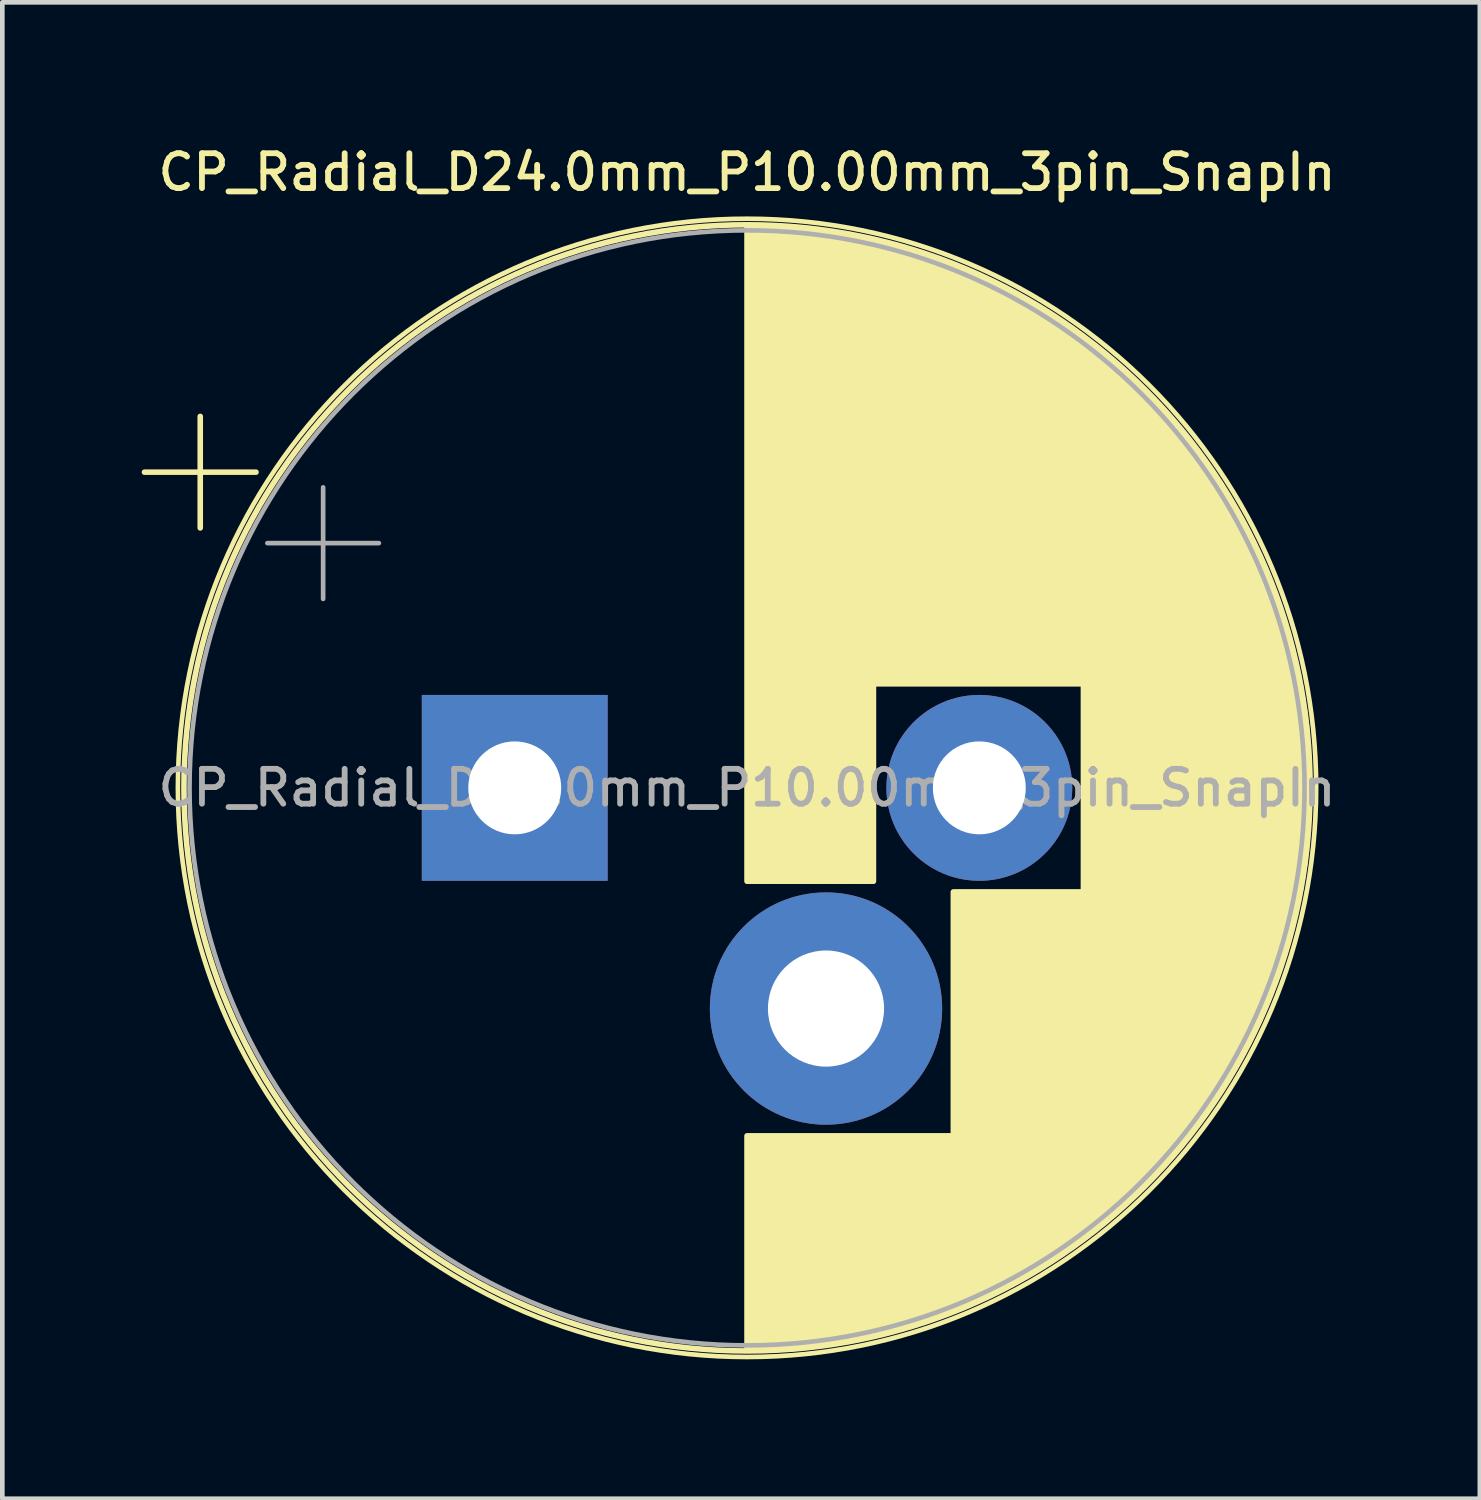
<source format=kicad_pcb>
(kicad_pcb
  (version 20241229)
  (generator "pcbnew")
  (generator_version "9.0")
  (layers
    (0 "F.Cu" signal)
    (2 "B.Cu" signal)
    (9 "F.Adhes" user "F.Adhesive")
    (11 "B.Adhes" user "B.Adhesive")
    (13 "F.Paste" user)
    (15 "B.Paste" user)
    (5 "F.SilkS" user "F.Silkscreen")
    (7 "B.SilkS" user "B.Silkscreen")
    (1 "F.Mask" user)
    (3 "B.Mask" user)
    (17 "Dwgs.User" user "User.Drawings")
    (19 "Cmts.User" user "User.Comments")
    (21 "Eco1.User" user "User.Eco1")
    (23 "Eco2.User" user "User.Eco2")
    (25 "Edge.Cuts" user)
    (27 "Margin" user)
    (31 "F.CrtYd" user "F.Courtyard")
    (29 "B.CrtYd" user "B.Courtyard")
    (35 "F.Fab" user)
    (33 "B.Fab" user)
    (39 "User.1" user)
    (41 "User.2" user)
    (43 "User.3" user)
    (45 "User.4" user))
  (footprint "CP_Radial_D24.0mm_P10.00mm_3pin_SnapIn"
    (layer "F.Cu")
    (at 8.029 13.908)
    (property "Reference" "CP_Radial_D24.0mm_P10.00mm_3pin_SnapIn" (at 5 -13.25 0) (layer "F.SilkS") (effects (font (size 0.75 0.75) (thickness 0.125))))
    (attr through_hole)
    (fp_line (start -7.969 -6.795) (end -5.569 -6.795) (stroke (width 0.12) (type solid)) (layer "F.SilkS"))
    (fp_line (start -6.769 -7.995) (end -6.769 -5.595) (stroke (width 0.12) (type solid)) (layer "F.SilkS"))
    (fp_line (start 5 -12.081) (end 5 2.01) (stroke (width 0.12) (type solid)) (layer "F.SilkS"))
    (fp_line (start 5 7.49) (end 5 12.081) (stroke (width 0.12) (type solid)) (layer "F.SilkS"))
    (fp_line (start 5.04 -12.08) (end 5.04 2.01) (stroke (width 0.12) (type solid)) (layer "F.SilkS"))
    (fp_line (start 5.04 7.49) (end 5.04 12.08) (stroke (width 0.12) (type solid)) (layer "F.SilkS"))
    (fp_line (start 5.08 -12.08) (end 5.08 2.01) (stroke (width 0.12) (type solid)) (layer "F.SilkS"))
    (fp_line (start 5.08 7.49) (end 5.08 12.08) (stroke (width 0.12) (type solid)) (layer "F.SilkS"))
    (fp_line (start 5.12 -12.08) (end 5.12 2.01) (stroke (width 0.12) (type solid)) (layer "F.SilkS"))
    (fp_line (start 5.12 7.49) (end 5.12 12.08) (stroke (width 0.12) (type solid)) (layer "F.SilkS"))
    (fp_line (start 5.16 -12.079) (end 5.16 2.01) (stroke (width 0.12) (type solid)) (layer "F.SilkS"))
    (fp_line (start 5.16 7.49) (end 5.16 12.079) (stroke (width 0.12) (type solid)) (layer "F.SilkS"))
    (fp_line (start 5.2 -12.079) (end 5.2 2.01) (stroke (width 0.12) (type solid)) (layer "F.SilkS"))
    (fp_line (start 5.2 7.49) (end 5.2 12.079) (stroke (width 0.12) (type solid)) (layer "F.SilkS"))
    (fp_line (start 5.24 -12.078) (end 5.24 2.01) (stroke (width 0.12) (type solid)) (layer "F.SilkS"))
    (fp_line (start 5.24 7.49) (end 5.24 12.078) (stroke (width 0.12) (type solid)) (layer "F.SilkS"))
    (fp_line (start 5.28 -12.077) (end 5.28 2.01) (stroke (width 0.12) (type solid)) (layer "F.SilkS"))
    (fp_line (start 5.28 7.49) (end 5.28 12.077) (stroke (width 0.12) (type solid)) (layer "F.SilkS"))
    (fp_line (start 5.32 -12.076) (end 5.32 2.01) (stroke (width 0.12) (type solid)) (layer "F.SilkS"))
    (fp_line (start 5.32 7.49) (end 5.32 12.076) (stroke (width 0.12) (type solid)) (layer "F.SilkS"))
    (fp_line (start 5.36 -12.075) (end 5.36 2.01) (stroke (width 0.12) (type solid)) (layer "F.SilkS"))
    (fp_line (start 5.36 7.49) (end 5.36 12.075) (stroke (width 0.12) (type solid)) (layer "F.SilkS"))
    (fp_line (start 5.4 -12.074) (end 5.4 2.01) (stroke (width 0.12) (type solid)) (layer "F.SilkS"))
    (fp_line (start 5.4 7.49) (end 5.4 12.074) (stroke (width 0.12) (type solid)) (layer "F.SilkS"))
    (fp_line (start 5.44 -12.073) (end 5.44 2.01) (stroke (width 0.12) (type solid)) (layer "F.SilkS"))
    (fp_line (start 5.44 7.49) (end 5.44 12.073) (stroke (width 0.12) (type solid)) (layer "F.SilkS"))
    (fp_line (start 5.48 -12.071) (end 5.48 2.01) (stroke (width 0.12) (type solid)) (layer "F.SilkS"))
    (fp_line (start 5.48 7.49) (end 5.48 12.071) (stroke (width 0.12) (type solid)) (layer "F.SilkS"))
    (fp_line (start 5.52 -12.069) (end 5.52 2.01) (stroke (width 0.12) (type solid)) (layer "F.SilkS"))
    (fp_line (start 5.52 7.49) (end 5.52 12.069) (stroke (width 0.12) (type solid)) (layer "F.SilkS"))
    (fp_line (start 5.56 -12.068) (end 5.56 2.01) (stroke (width 0.12) (type solid)) (layer "F.SilkS"))
    (fp_line (start 5.56 7.49) (end 5.56 12.068) (stroke (width 0.12) (type solid)) (layer "F.SilkS"))
    (fp_line (start 5.6 -12.066) (end 5.6 2.01) (stroke (width 0.12) (type solid)) (layer "F.SilkS"))
    (fp_line (start 5.6 7.49) (end 5.6 12.066) (stroke (width 0.12) (type solid)) (layer "F.SilkS"))
    (fp_line (start 5.64 -12.064) (end 5.64 2.01) (stroke (width 0.12) (type solid)) (layer "F.SilkS"))
    (fp_line (start 5.64 7.49) (end 5.64 12.064) (stroke (width 0.12) (type solid)) (layer "F.SilkS"))
    (fp_line (start 5.68 -12.061) (end 5.68 2.01) (stroke (width 0.12) (type solid)) (layer "F.SilkS"))
    (fp_line (start 5.68 7.49) (end 5.68 12.061) (stroke (width 0.12) (type solid)) (layer "F.SilkS"))
    (fp_line (start 5.721 -12.059) (end 5.721 2.01) (stroke (width 0.12) (type solid)) (layer "F.SilkS"))
    (fp_line (start 5.721 7.49) (end 5.721 12.059) (stroke (width 0.12) (type solid)) (layer "F.SilkS"))
    (fp_line (start 5.761 -12.057) (end 5.761 2.01) (stroke (width 0.12) (type solid)) (layer "F.SilkS"))
    (fp_line (start 5.761 7.49) (end 5.761 12.057) (stroke (width 0.12) (type solid)) (layer "F.SilkS"))
    (fp_line (start 5.801 -12.054) (end 5.801 2.01) (stroke (width 0.12) (type solid)) (layer "F.SilkS"))
    (fp_line (start 5.801 7.49) (end 5.801 12.054) (stroke (width 0.12) (type solid)) (layer "F.SilkS"))
    (fp_line (start 5.841 -12.051) (end 5.841 2.01) (stroke (width 0.12) (type solid)) (layer "F.SilkS"))
    (fp_line (start 5.841 7.49) (end 5.841 12.051) (stroke (width 0.12) (type solid)) (layer "F.SilkS"))
    (fp_line (start 5.881 -12.049) (end 5.881 2.01) (stroke (width 0.12) (type solid)) (layer "F.SilkS"))
    (fp_line (start 5.881 7.49) (end 5.881 12.049) (stroke (width 0.12) (type solid)) (layer "F.SilkS"))
    (fp_line (start 5.921 -12.046) (end 5.921 2.01) (stroke (width 0.12) (type solid)) (layer "F.SilkS"))
    (fp_line (start 5.921 7.49) (end 5.921 12.046) (stroke (width 0.12) (type solid)) (layer "F.SilkS"))
    (fp_line (start 5.961 -12.042) (end 5.961 2.01) (stroke (width 0.12) (type solid)) (layer "F.SilkS"))
    (fp_line (start 5.961 7.49) (end 5.961 12.042) (stroke (width 0.12) (type solid)) (layer "F.SilkS"))
    (fp_line (start 6.001 -12.039) (end 6.001 2.01) (stroke (width 0.12) (type solid)) (layer "F.SilkS"))
    (fp_line (start 6.001 7.49) (end 6.001 12.039) (stroke (width 0.12) (type solid)) (layer "F.SilkS"))
    (fp_line (start 6.041 -12.036) (end 6.041 2.01) (stroke (width 0.12) (type solid)) (layer "F.SilkS"))
    (fp_line (start 6.041 7.49) (end 6.041 12.036) (stroke (width 0.12) (type solid)) (layer "F.SilkS"))
    (fp_line (start 6.081 -12.032) (end 6.081 2.01) (stroke (width 0.12) (type solid)) (layer "F.SilkS"))
    (fp_line (start 6.081 7.49) (end 6.081 12.032) (stroke (width 0.12) (type solid)) (layer "F.SilkS"))
    (fp_line (start 6.121 -12.029) (end 6.121 2.01) (stroke (width 0.12) (type solid)) (layer "F.SilkS"))
    (fp_line (start 6.121 7.49) (end 6.121 12.029) (stroke (width 0.12) (type solid)) (layer "F.SilkS"))
    (fp_line (start 6.161 -12.025) (end 6.161 2.01) (stroke (width 0.12) (type solid)) (layer "F.SilkS"))
    (fp_line (start 6.161 7.49) (end 6.161 12.025) (stroke (width 0.12) (type solid)) (layer "F.SilkS"))
    (fp_line (start 6.201 -12.021) (end 6.201 2.01) (stroke (width 0.12) (type solid)) (layer "F.SilkS"))
    (fp_line (start 6.201 7.49) (end 6.201 12.021) (stroke (width 0.12) (type solid)) (layer "F.SilkS"))
    (fp_line (start 6.241 -12.017) (end 6.241 2.01) (stroke (width 0.12) (type solid)) (layer "F.SilkS"))
    (fp_line (start 6.241 7.49) (end 6.241 12.017) (stroke (width 0.12) (type solid)) (layer "F.SilkS"))
    (fp_line (start 6.281 -12.013) (end 6.281 2.01) (stroke (width 0.12) (type solid)) (layer "F.SilkS"))
    (fp_line (start 6.281 7.49) (end 6.281 12.013) (stroke (width 0.12) (type solid)) (layer "F.SilkS"))
    (fp_line (start 6.321 -12.008) (end 6.321 2.01) (stroke (width 0.12) (type solid)) (layer "F.SilkS"))
    (fp_line (start 6.321 7.49) (end 6.321 12.008) (stroke (width 0.12) (type solid)) (layer "F.SilkS"))
    (fp_line (start 6.361 -12.004) (end 6.361 2.01) (stroke (width 0.12) (type solid)) (layer "F.SilkS"))
    (fp_line (start 6.361 7.49) (end 6.361 12.004) (stroke (width 0.12) (type solid)) (layer "F.SilkS"))
    (fp_line (start 6.401 -11.999) (end 6.401 2.01) (stroke (width 0.12) (type solid)) (layer "F.SilkS"))
    (fp_line (start 6.401 7.49) (end 6.401 11.999) (stroke (width 0.12) (type solid)) (layer "F.SilkS"))
    (fp_line (start 6.441 -11.995) (end 6.441 2.01) (stroke (width 0.12) (type solid)) (layer "F.SilkS"))
    (fp_line (start 6.441 7.49) (end 6.441 11.995) (stroke (width 0.12) (type solid)) (layer "F.SilkS"))
    (fp_line (start 6.481 -11.99) (end 6.481 2.01) (stroke (width 0.12) (type solid)) (layer "F.SilkS"))
    (fp_line (start 6.481 7.49) (end 6.481 11.99) (stroke (width 0.12) (type solid)) (layer "F.SilkS"))
    (fp_line (start 6.521 -11.985) (end 6.521 2.01) (stroke (width 0.12) (type solid)) (layer "F.SilkS"))
    (fp_line (start 6.521 7.49) (end 6.521 11.985) (stroke (width 0.12) (type solid)) (layer "F.SilkS"))
    (fp_line (start 6.561 -11.98) (end 6.561 2.01) (stroke (width 0.12) (type solid)) (layer "F.SilkS"))
    (fp_line (start 6.561 7.49) (end 6.561 11.98) (stroke (width 0.12) (type solid)) (layer "F.SilkS"))
    (fp_line (start 6.601 -11.974) (end 6.601 2.01) (stroke (width 0.12) (type solid)) (layer "F.SilkS"))
    (fp_line (start 6.601 7.49) (end 6.601 11.974) (stroke (width 0.12) (type solid)) (layer "F.SilkS"))
    (fp_line (start 6.641 -11.969) (end 6.641 2.01) (stroke (width 0.12) (type solid)) (layer "F.SilkS"))
    (fp_line (start 6.641 7.49) (end 6.641 11.969) (stroke (width 0.12) (type solid)) (layer "F.SilkS"))
    (fp_line (start 6.681 -11.963) (end 6.681 2.01) (stroke (width 0.12) (type solid)) (layer "F.SilkS"))
    (fp_line (start 6.681 7.49) (end 6.681 11.963) (stroke (width 0.12) (type solid)) (layer "F.SilkS"))
    (fp_line (start 6.721 -11.958) (end 6.721 2.01) (stroke (width 0.12) (type solid)) (layer "F.SilkS"))
    (fp_line (start 6.721 7.49) (end 6.721 11.958) (stroke (width 0.12) (type solid)) (layer "F.SilkS"))
    (fp_line (start 6.761 -11.952) (end 6.761 2.01) (stroke (width 0.12) (type solid)) (layer "F.SilkS"))
    (fp_line (start 6.761 7.49) (end 6.761 11.952) (stroke (width 0.12) (type solid)) (layer "F.SilkS"))
    (fp_line (start 6.801 -11.946) (end 6.801 2.01) (stroke (width 0.12) (type solid)) (layer "F.SilkS"))
    (fp_line (start 6.801 7.49) (end 6.801 11.946) (stroke (width 0.12) (type solid)) (layer "F.SilkS"))
    (fp_line (start 6.841 -11.94) (end 6.841 2.01) (stroke (width 0.12) (type solid)) (layer "F.SilkS"))
    (fp_line (start 6.841 7.49) (end 6.841 11.94) (stroke (width 0.12) (type solid)) (layer "F.SilkS"))
    (fp_line (start 6.881 -11.934) (end 6.881 2.01) (stroke (width 0.12) (type solid)) (layer "F.SilkS"))
    (fp_line (start 6.881 7.49) (end 6.881 11.934) (stroke (width 0.12) (type solid)) (layer "F.SilkS"))
    (fp_line (start 6.921 -11.927) (end 6.921 2.01) (stroke (width 0.12) (type solid)) (layer "F.SilkS"))
    (fp_line (start 6.921 7.49) (end 6.921 11.927) (stroke (width 0.12) (type solid)) (layer "F.SilkS"))
    (fp_line (start 6.961 -11.921) (end 6.961 2.01) (stroke (width 0.12) (type solid)) (layer "F.SilkS"))
    (fp_line (start 6.961 7.49) (end 6.961 11.921) (stroke (width 0.12) (type solid)) (layer "F.SilkS"))
    (fp_line (start 7.001 -11.914) (end 7.001 2.01) (stroke (width 0.12) (type solid)) (layer "F.SilkS"))
    (fp_line (start 7.001 7.49) (end 7.001 11.914) (stroke (width 0.12) (type solid)) (layer "F.SilkS"))
    (fp_line (start 7.041 -11.908) (end 7.041 2.01) (stroke (width 0.12) (type solid)) (layer "F.SilkS"))
    (fp_line (start 7.041 7.49) (end 7.041 11.908) (stroke (width 0.12) (type solid)) (layer "F.SilkS"))
    (fp_line (start 7.081 -11.901) (end 7.081 2.01) (stroke (width 0.12) (type solid)) (layer "F.SilkS"))
    (fp_line (start 7.081 7.49) (end 7.081 11.901) (stroke (width 0.12) (type solid)) (layer "F.SilkS"))
    (fp_line (start 7.121 -11.894) (end 7.121 2.01) (stroke (width 0.12) (type solid)) (layer "F.SilkS"))
    (fp_line (start 7.121 7.49) (end 7.121 11.894) (stroke (width 0.12) (type solid)) (layer "F.SilkS"))
    (fp_line (start 7.161 -11.886) (end 7.161 2.01) (stroke (width 0.12) (type solid)) (layer "F.SilkS"))
    (fp_line (start 7.161 7.49) (end 7.161 11.886) (stroke (width 0.12) (type solid)) (layer "F.SilkS"))
    (fp_line (start 7.201 -11.879) (end 7.201 2.01) (stroke (width 0.12) (type solid)) (layer "F.SilkS"))
    (fp_line (start 7.201 7.49) (end 7.201 11.879) (stroke (width 0.12) (type solid)) (layer "F.SilkS"))
    (fp_line (start 7.241 -11.872) (end 7.241 2.01) (stroke (width 0.12) (type solid)) (layer "F.SilkS"))
    (fp_line (start 7.241 7.49) (end 7.241 11.872) (stroke (width 0.12) (type solid)) (layer "F.SilkS"))
    (fp_line (start 7.281 -11.864) (end 7.281 2.01) (stroke (width 0.12) (type solid)) (layer "F.SilkS"))
    (fp_line (start 7.281 7.49) (end 7.281 11.864) (stroke (width 0.12) (type solid)) (layer "F.SilkS"))
    (fp_line (start 7.321 -11.856) (end 7.321 2.01) (stroke (width 0.12) (type solid)) (layer "F.SilkS"))
    (fp_line (start 7.321 7.49) (end 7.321 11.856) (stroke (width 0.12) (type solid)) (layer "F.SilkS"))
    (fp_line (start 7.361 -11.849) (end 7.361 2.01) (stroke (width 0.12) (type solid)) (layer "F.SilkS"))
    (fp_line (start 7.361 7.49) (end 7.361 11.849) (stroke (width 0.12) (type solid)) (layer "F.SilkS"))
    (fp_line (start 7.401 -11.841) (end 7.401 2.01) (stroke (width 0.12) (type solid)) (layer "F.SilkS"))
    (fp_line (start 7.401 7.49) (end 7.401 11.841) (stroke (width 0.12) (type solid)) (layer "F.SilkS"))
    (fp_line (start 7.441 -11.832) (end 7.441 2.01) (stroke (width 0.12) (type solid)) (layer "F.SilkS"))
    (fp_line (start 7.441 7.49) (end 7.441 11.832) (stroke (width 0.12) (type solid)) (layer "F.SilkS"))
    (fp_line (start 7.481 -11.824) (end 7.481 2.01) (stroke (width 0.12) (type solid)) (layer "F.SilkS"))
    (fp_line (start 7.481 7.49) (end 7.481 11.824) (stroke (width 0.12) (type solid)) (layer "F.SilkS"))
    (fp_line (start 7.521 -11.816) (end 7.521 2.01) (stroke (width 0.12) (type solid)) (layer "F.SilkS"))
    (fp_line (start 7.521 7.49) (end 7.521 11.816) (stroke (width 0.12) (type solid)) (layer "F.SilkS"))
    (fp_line (start 7.561 -11.807) (end 7.561 2.01) (stroke (width 0.12) (type solid)) (layer "F.SilkS"))
    (fp_line (start 7.561 7.49) (end 7.561 11.807) (stroke (width 0.12) (type solid)) (layer "F.SilkS"))
    (fp_line (start 7.601 -11.798) (end 7.601 2.01) (stroke (width 0.12) (type solid)) (layer "F.SilkS"))
    (fp_line (start 7.601 7.49) (end 7.601 11.798) (stroke (width 0.12) (type solid)) (layer "F.SilkS"))
    (fp_line (start 7.641 -11.789) (end 7.641 2.01) (stroke (width 0.12) (type solid)) (layer "F.SilkS"))
    (fp_line (start 7.641 7.49) (end 7.641 11.789) (stroke (width 0.12) (type solid)) (layer "F.SilkS"))
    (fp_line (start 7.681 -11.78) (end 7.681 2.01) (stroke (width 0.12) (type solid)) (layer "F.SilkS"))
    (fp_line (start 7.681 7.49) (end 7.681 11.78) (stroke (width 0.12) (type solid)) (layer "F.SilkS"))
    (fp_line (start 7.721 -11.771) (end 7.721 2.01) (stroke (width 0.12) (type solid)) (layer "F.SilkS"))
    (fp_line (start 7.721 7.49) (end 7.721 11.771) (stroke (width 0.12) (type solid)) (layer "F.SilkS"))
    (fp_line (start 7.761 -11.762) (end 7.761 -2.24) (stroke (width 0.12) (type solid)) (layer "F.SilkS"))
    (fp_line (start 7.761 7.49) (end 7.761 11.762) (stroke (width 0.12) (type solid)) (layer "F.SilkS"))
    (fp_line (start 7.801 -11.753) (end 7.801 -2.24) (stroke (width 0.12) (type solid)) (layer "F.SilkS"))
    (fp_line (start 7.801 7.49) (end 7.801 11.753) (stroke (width 0.12) (type solid)) (layer "F.SilkS"))
    (fp_line (start 7.841 -11.743) (end 7.841 -2.24) (stroke (width 0.12) (type solid)) (layer "F.SilkS"))
    (fp_line (start 7.841 7.49) (end 7.841 11.743) (stroke (width 0.12) (type solid)) (layer "F.SilkS"))
    (fp_line (start 7.881 -11.733) (end 7.881 -2.24) (stroke (width 0.12) (type solid)) (layer "F.SilkS"))
    (fp_line (start 7.881 7.49) (end 7.881 11.733) (stroke (width 0.12) (type solid)) (layer "F.SilkS"))
    (fp_line (start 7.921 -11.723) (end 7.921 -2.24) (stroke (width 0.12) (type solid)) (layer "F.SilkS"))
    (fp_line (start 7.921 7.49) (end 7.921 11.723) (stroke (width 0.12) (type solid)) (layer "F.SilkS"))
    (fp_line (start 7.961 -11.713) (end 7.961 -2.24) (stroke (width 0.12) (type solid)) (layer "F.SilkS"))
    (fp_line (start 7.961 7.49) (end 7.961 11.713) (stroke (width 0.12) (type solid)) (layer "F.SilkS"))
    (fp_line (start 8.001 -11.703) (end 8.001 -2.24) (stroke (width 0.12) (type solid)) (layer "F.SilkS"))
    (fp_line (start 8.001 7.49) (end 8.001 11.703) (stroke (width 0.12) (type solid)) (layer "F.SilkS"))
    (fp_line (start 8.041 -11.693) (end 8.041 -2.24) (stroke (width 0.12) (type solid)) (layer "F.SilkS"))
    (fp_line (start 8.041 7.49) (end 8.041 11.693) (stroke (width 0.12) (type solid)) (layer "F.SilkS"))
    (fp_line (start 8.081 -11.683) (end 8.081 -2.24) (stroke (width 0.12) (type solid)) (layer "F.SilkS"))
    (fp_line (start 8.081 7.49) (end 8.081 11.683) (stroke (width 0.12) (type solid)) (layer "F.SilkS"))
    (fp_line (start 8.121 -11.672) (end 8.121 -2.24) (stroke (width 0.12) (type solid)) (layer "F.SilkS"))
    (fp_line (start 8.121 7.49) (end 8.121 11.672) (stroke (width 0.12) (type solid)) (layer "F.SilkS"))
    (fp_line (start 8.161 -11.661) (end 8.161 -2.24) (stroke (width 0.12) (type solid)) (layer "F.SilkS"))
    (fp_line (start 8.161 7.49) (end 8.161 11.661) (stroke (width 0.12) (type solid)) (layer "F.SilkS"))
    (fp_line (start 8.201 -11.65) (end 8.201 -2.24) (stroke (width 0.12) (type solid)) (layer "F.SilkS"))
    (fp_line (start 8.201 7.49) (end 8.201 11.65) (stroke (width 0.12) (type solid)) (layer "F.SilkS"))
    (fp_line (start 8.241 -11.639) (end 8.241 -2.24) (stroke (width 0.12) (type solid)) (layer "F.SilkS"))
    (fp_line (start 8.241 7.49) (end 8.241 11.639) (stroke (width 0.12) (type solid)) (layer "F.SilkS"))
    (fp_line (start 8.281 -11.628) (end 8.281 -2.24) (stroke (width 0.12) (type solid)) (layer "F.SilkS"))
    (fp_line (start 8.281 7.49) (end 8.281 11.628) (stroke (width 0.12) (type solid)) (layer "F.SilkS"))
    (fp_line (start 8.321 -11.617) (end 8.321 -2.24) (stroke (width 0.12) (type solid)) (layer "F.SilkS"))
    (fp_line (start 8.321 7.49) (end 8.321 11.617) (stroke (width 0.12) (type solid)) (layer "F.SilkS"))
    (fp_line (start 8.361 -11.605) (end 8.361 -2.24) (stroke (width 0.12) (type solid)) (layer "F.SilkS"))
    (fp_line (start 8.361 7.49) (end 8.361 11.605) (stroke (width 0.12) (type solid)) (layer "F.SilkS"))
    (fp_line (start 8.401 -11.594) (end 8.401 -2.24) (stroke (width 0.12) (type solid)) (layer "F.SilkS"))
    (fp_line (start 8.401 7.49) (end 8.401 11.594) (stroke (width 0.12) (type solid)) (layer "F.SilkS"))
    (fp_line (start 8.441 -11.582) (end 8.441 -2.24) (stroke (width 0.12) (type solid)) (layer "F.SilkS"))
    (fp_line (start 8.441 7.49) (end 8.441 11.582) (stroke (width 0.12) (type solid)) (layer "F.SilkS"))
    (fp_line (start 8.481 -11.57) (end 8.481 -2.24) (stroke (width 0.12) (type solid)) (layer "F.SilkS"))
    (fp_line (start 8.481 7.49) (end 8.481 11.57) (stroke (width 0.12) (type solid)) (layer "F.SilkS"))
    (fp_line (start 8.521 -11.558) (end 8.521 -2.24) (stroke (width 0.12) (type solid)) (layer "F.SilkS"))
    (fp_line (start 8.521 7.49) (end 8.521 11.558) (stroke (width 0.12) (type solid)) (layer "F.SilkS"))
    (fp_line (start 8.561 -11.546) (end 8.561 -2.24) (stroke (width 0.12) (type solid)) (layer "F.SilkS"))
    (fp_line (start 8.561 7.49) (end 8.561 11.546) (stroke (width 0.12) (type solid)) (layer "F.SilkS"))
    (fp_line (start 8.601 -11.534) (end 8.601 -2.24) (stroke (width 0.12) (type solid)) (layer "F.SilkS"))
    (fp_line (start 8.601 7.49) (end 8.601 11.534) (stroke (width 0.12) (type solid)) (layer "F.SilkS"))
    (fp_line (start 8.641 -11.521) (end 8.641 -2.24) (stroke (width 0.12) (type solid)) (layer "F.SilkS"))
    (fp_line (start 8.641 7.49) (end 8.641 11.521) (stroke (width 0.12) (type solid)) (layer "F.SilkS"))
    (fp_line (start 8.681 -11.508) (end 8.681 -2.24) (stroke (width 0.12) (type solid)) (layer "F.SilkS"))
    (fp_line (start 8.681 7.49) (end 8.681 11.508) (stroke (width 0.12) (type solid)) (layer "F.SilkS"))
    (fp_line (start 8.721 -11.495) (end 8.721 -2.24) (stroke (width 0.12) (type solid)) (layer "F.SilkS"))
    (fp_line (start 8.721 7.49) (end 8.721 11.495) (stroke (width 0.12) (type solid)) (layer "F.SilkS"))
    (fp_line (start 8.761 -11.483) (end 8.761 -2.24) (stroke (width 0.12) (type solid)) (layer "F.SilkS"))
    (fp_line (start 8.761 7.49) (end 8.761 11.483) (stroke (width 0.12) (type solid)) (layer "F.SilkS"))
    (fp_line (start 8.801 -11.469) (end 8.801 -2.24) (stroke (width 0.12) (type solid)) (layer "F.SilkS"))
    (fp_line (start 8.801 7.49) (end 8.801 11.469) (stroke (width 0.12) (type solid)) (layer "F.SilkS"))
    (fp_line (start 8.841 -11.456) (end 8.841 -2.24) (stroke (width 0.12) (type solid)) (layer "F.SilkS"))
    (fp_line (start 8.841 7.49) (end 8.841 11.456) (stroke (width 0.12) (type solid)) (layer "F.SilkS"))
    (fp_line (start 8.881 -11.443) (end 8.881 -2.24) (stroke (width 0.12) (type solid)) (layer "F.SilkS"))
    (fp_line (start 8.881 7.49) (end 8.881 11.443) (stroke (width 0.12) (type solid)) (layer "F.SilkS"))
    (fp_line (start 8.921 -11.429) (end 8.921 -2.24) (stroke (width 0.12) (type solid)) (layer "F.SilkS"))
    (fp_line (start 8.921 7.49) (end 8.921 11.429) (stroke (width 0.12) (type solid)) (layer "F.SilkS"))
    (fp_line (start 8.961 -11.415) (end 8.961 -2.24) (stroke (width 0.12) (type solid)) (layer "F.SilkS"))
    (fp_line (start 8.961 7.49) (end 8.961 11.415) (stroke (width 0.12) (type solid)) (layer "F.SilkS"))
    (fp_line (start 9.001 -11.401) (end 9.001 -2.24) (stroke (width 0.12) (type solid)) (layer "F.SilkS"))
    (fp_line (start 9.001 7.49) (end 9.001 11.401) (stroke (width 0.12) (type solid)) (layer "F.SilkS"))
    (fp_line (start 9.041 -11.387) (end 9.041 -2.24) (stroke (width 0.12) (type solid)) (layer "F.SilkS"))
    (fp_line (start 9.041 7.49) (end 9.041 11.387) (stroke (width 0.12) (type solid)) (layer "F.SilkS"))
    (fp_line (start 9.081 -11.373) (end 9.081 -2.24) (stroke (width 0.12) (type solid)) (layer "F.SilkS"))
    (fp_line (start 9.081 7.49) (end 9.081 11.373) (stroke (width 0.12) (type solid)) (layer "F.SilkS"))
    (fp_line (start 9.121 -11.359) (end 9.121 -2.24) (stroke (width 0.12) (type solid)) (layer "F.SilkS"))
    (fp_line (start 9.121 7.49) (end 9.121 11.359) (stroke (width 0.12) (type solid)) (layer "F.SilkS"))
    (fp_line (start 9.161 -11.344) (end 9.161 -2.24) (stroke (width 0.12) (type solid)) (layer "F.SilkS"))
    (fp_line (start 9.161 7.49) (end 9.161 11.344) (stroke (width 0.12) (type solid)) (layer "F.SilkS"))
    (fp_line (start 9.201 -11.33) (end 9.201 -2.24) (stroke (width 0.12) (type solid)) (layer "F.SilkS"))
    (fp_line (start 9.201 7.49) (end 9.201 11.33) (stroke (width 0.12) (type solid)) (layer "F.SilkS"))
    (fp_line (start 9.241 -11.315) (end 9.241 -2.24) (stroke (width 0.12) (type solid)) (layer "F.SilkS"))
    (fp_line (start 9.241 7.49) (end 9.241 11.315) (stroke (width 0.12) (type solid)) (layer "F.SilkS"))
    (fp_line (start 9.281 -11.3) (end 9.281 -2.24) (stroke (width 0.12) (type solid)) (layer "F.SilkS"))
    (fp_line (start 9.281 7.49) (end 9.281 11.3) (stroke (width 0.12) (type solid)) (layer "F.SilkS"))
    (fp_line (start 9.321 -11.284) (end 9.321 -2.24) (stroke (width 0.12) (type solid)) (layer "F.SilkS"))
    (fp_line (start 9.321 7.49) (end 9.321 11.284) (stroke (width 0.12) (type solid)) (layer "F.SilkS"))
    (fp_line (start 9.361 -11.269) (end 9.361 -2.24) (stroke (width 0.12) (type solid)) (layer "F.SilkS"))
    (fp_line (start 9.361 7.49) (end 9.361 11.269) (stroke (width 0.12) (type solid)) (layer "F.SilkS"))
    (fp_line (start 9.401 -11.254) (end 9.401 -2.24) (stroke (width 0.12) (type solid)) (layer "F.SilkS"))
    (fp_line (start 9.401 7.49) (end 9.401 11.254) (stroke (width 0.12) (type solid)) (layer "F.SilkS"))
    (fp_line (start 9.441 -11.238) (end 9.441 -2.24) (stroke (width 0.12) (type solid)) (layer "F.SilkS"))
    (fp_line (start 9.441 2.24) (end 9.441 11.238) (stroke (width 0.12) (type solid)) (layer "F.SilkS"))
    (fp_line (start 9.481 -11.222) (end 9.481 -2.24) (stroke (width 0.12) (type solid)) (layer "F.SilkS"))
    (fp_line (start 9.481 2.24) (end 9.481 11.222) (stroke (width 0.12) (type solid)) (layer "F.SilkS"))
    (fp_line (start 9.521 -11.206) (end 9.521 -2.24) (stroke (width 0.12) (type solid)) (layer "F.SilkS"))
    (fp_line (start 9.521 2.24) (end 9.521 11.206) (stroke (width 0.12) (type solid)) (layer "F.SilkS"))
    (fp_line (start 9.561 -11.19) (end 9.561 -2.24) (stroke (width 0.12) (type solid)) (layer "F.SilkS"))
    (fp_line (start 9.561 2.24) (end 9.561 11.19) (stroke (width 0.12) (type solid)) (layer "F.SilkS"))
    (fp_line (start 9.601 -11.174) (end 9.601 -2.24) (stroke (width 0.12) (type solid)) (layer "F.SilkS"))
    (fp_line (start 9.601 2.24) (end 9.601 11.174) (stroke (width 0.12) (type solid)) (layer "F.SilkS"))
    (fp_line (start 9.641 -11.157) (end 9.641 -2.24) (stroke (width 0.12) (type solid)) (layer "F.SilkS"))
    (fp_line (start 9.641 2.24) (end 9.641 11.157) (stroke (width 0.12) (type solid)) (layer "F.SilkS"))
    (fp_line (start 9.681 -11.14) (end 9.681 -2.24) (stroke (width 0.12) (type solid)) (layer "F.SilkS"))
    (fp_line (start 9.681 2.24) (end 9.681 11.14) (stroke (width 0.12) (type solid)) (layer "F.SilkS"))
    (fp_line (start 9.721 -11.124) (end 9.721 -2.24) (stroke (width 0.12) (type solid)) (layer "F.SilkS"))
    (fp_line (start 9.721 2.24) (end 9.721 11.124) (stroke (width 0.12) (type solid)) (layer "F.SilkS"))
    (fp_line (start 9.761 -11.107) (end 9.761 -2.24) (stroke (width 0.12) (type solid)) (layer "F.SilkS"))
    (fp_line (start 9.761 2.24) (end 9.761 11.107) (stroke (width 0.12) (type solid)) (layer "F.SilkS"))
    (fp_line (start 9.801 -11.089) (end 9.801 -2.24) (stroke (width 0.12) (type solid)) (layer "F.SilkS"))
    (fp_line (start 9.801 2.24) (end 9.801 11.089) (stroke (width 0.12) (type solid)) (layer "F.SilkS"))
    (fp_line (start 9.841 -11.072) (end 9.841 -2.24) (stroke (width 0.12) (type solid)) (layer "F.SilkS"))
    (fp_line (start 9.841 2.24) (end 9.841 11.072) (stroke (width 0.12) (type solid)) (layer "F.SilkS"))
    (fp_line (start 9.881 -11.055) (end 9.881 -2.24) (stroke (width 0.12) (type solid)) (layer "F.SilkS"))
    (fp_line (start 9.881 2.24) (end 9.881 11.055) (stroke (width 0.12) (type solid)) (layer "F.SilkS"))
    (fp_line (start 9.921 -11.037) (end 9.921 -2.24) (stroke (width 0.12) (type solid)) (layer "F.SilkS"))
    (fp_line (start 9.921 2.24) (end 9.921 11.037) (stroke (width 0.12) (type solid)) (layer "F.SilkS"))
    (fp_line (start 9.961 -11.019) (end 9.961 -2.24) (stroke (width 0.12) (type solid)) (layer "F.SilkS"))
    (fp_line (start 9.961 2.24) (end 9.961 11.019) (stroke (width 0.12) (type solid)) (layer "F.SilkS"))
    (fp_line (start 10.001 -11.001) (end 10.001 -2.24) (stroke (width 0.12) (type solid)) (layer "F.SilkS"))
    (fp_line (start 10.001 2.24) (end 10.001 11.001) (stroke (width 0.12) (type solid)) (layer "F.SilkS"))
    (fp_line (start 10.041 -10.983) (end 10.041 -2.24) (stroke (width 0.12) (type solid)) (layer "F.SilkS"))
    (fp_line (start 10.041 2.24) (end 10.041 10.983) (stroke (width 0.12) (type solid)) (layer "F.SilkS"))
    (fp_line (start 10.081 -10.964) (end 10.081 -2.24) (stroke (width 0.12) (type solid)) (layer "F.SilkS"))
    (fp_line (start 10.081 2.24) (end 10.081 10.964) (stroke (width 0.12) (type solid)) (layer "F.SilkS"))
    (fp_line (start 10.121 -10.946) (end 10.121 -2.24) (stroke (width 0.12) (type solid)) (layer "F.SilkS"))
    (fp_line (start 10.121 2.24) (end 10.121 10.946) (stroke (width 0.12) (type solid)) (layer "F.SilkS"))
    (fp_line (start 10.161 -10.927) (end 10.161 -2.24) (stroke (width 0.12) (type solid)) (layer "F.SilkS"))
    (fp_line (start 10.161 2.24) (end 10.161 10.927) (stroke (width 0.12) (type solid)) (layer "F.SilkS"))
    (fp_line (start 10.201 -10.908) (end 10.201 -2.24) (stroke (width 0.12) (type solid)) (layer "F.SilkS"))
    (fp_line (start 10.201 2.24) (end 10.201 10.908) (stroke (width 0.12) (type solid)) (layer "F.SilkS"))
    (fp_line (start 10.241 -10.889) (end 10.241 -2.24) (stroke (width 0.12) (type solid)) (layer "F.SilkS"))
    (fp_line (start 10.241 2.24) (end 10.241 10.889) (stroke (width 0.12) (type solid)) (layer "F.SilkS"))
    (fp_line (start 10.281 -10.87) (end 10.281 -2.24) (stroke (width 0.12) (type solid)) (layer "F.SilkS"))
    (fp_line (start 10.281 2.24) (end 10.281 10.87) (stroke (width 0.12) (type solid)) (layer "F.SilkS"))
    (fp_line (start 10.321 -10.85) (end 10.321 -2.24) (stroke (width 0.12) (type solid)) (layer "F.SilkS"))
    (fp_line (start 10.321 2.24) (end 10.321 10.85) (stroke (width 0.12) (type solid)) (layer "F.SilkS"))
    (fp_line (start 10.361 -10.831) (end 10.361 -2.24) (stroke (width 0.12) (type solid)) (layer "F.SilkS"))
    (fp_line (start 10.361 2.24) (end 10.361 10.831) (stroke (width 0.12) (type solid)) (layer "F.SilkS"))
    (fp_line (start 10.401 -10.811) (end 10.401 -2.24) (stroke (width 0.12) (type solid)) (layer "F.SilkS"))
    (fp_line (start 10.401 2.24) (end 10.401 10.811) (stroke (width 0.12) (type solid)) (layer "F.SilkS"))
    (fp_line (start 10.441 -10.791) (end 10.441 -2.24) (stroke (width 0.12) (type solid)) (layer "F.SilkS"))
    (fp_line (start 10.441 2.24) (end 10.441 10.791) (stroke (width 0.12) (type solid)) (layer "F.SilkS"))
    (fp_line (start 10.481 -10.771) (end 10.481 -2.24) (stroke (width 0.12) (type solid)) (layer "F.SilkS"))
    (fp_line (start 10.481 2.24) (end 10.481 10.771) (stroke (width 0.12) (type solid)) (layer "F.SilkS"))
    (fp_line (start 10.521 -10.75) (end 10.521 -2.24) (stroke (width 0.12) (type solid)) (layer "F.SilkS"))
    (fp_line (start 10.521 2.24) (end 10.521 10.75) (stroke (width 0.12) (type solid)) (layer "F.SilkS"))
    (fp_line (start 10.561 -10.73) (end 10.561 -2.24) (stroke (width 0.12) (type solid)) (layer "F.SilkS"))
    (fp_line (start 10.561 2.24) (end 10.561 10.73) (stroke (width 0.12) (type solid)) (layer "F.SilkS"))
    (fp_line (start 10.601 -10.709) (end 10.601 -2.24) (stroke (width 0.12) (type solid)) (layer "F.SilkS"))
    (fp_line (start 10.601 2.24) (end 10.601 10.709) (stroke (width 0.12) (type solid)) (layer "F.SilkS"))
    (fp_line (start 10.641 -10.688) (end 10.641 -2.24) (stroke (width 0.12) (type solid)) (layer "F.SilkS"))
    (fp_line (start 10.641 2.24) (end 10.641 10.688) (stroke (width 0.12) (type solid)) (layer "F.SilkS"))
    (fp_line (start 10.681 -10.667) (end 10.681 -2.24) (stroke (width 0.12) (type solid)) (layer "F.SilkS"))
    (fp_line (start 10.681 2.24) (end 10.681 10.667) (stroke (width 0.12) (type solid)) (layer "F.SilkS"))
    (fp_line (start 10.721 -10.646) (end 10.721 -2.24) (stroke (width 0.12) (type solid)) (layer "F.SilkS"))
    (fp_line (start 10.721 2.24) (end 10.721 10.646) (stroke (width 0.12) (type solid)) (layer "F.SilkS"))
    (fp_line (start 10.761 -10.624) (end 10.761 -2.24) (stroke (width 0.12) (type solid)) (layer "F.SilkS"))
    (fp_line (start 10.761 2.24) (end 10.761 10.624) (stroke (width 0.12) (type solid)) (layer "F.SilkS"))
    (fp_line (start 10.801 -10.603) (end 10.801 -2.24) (stroke (width 0.12) (type solid)) (layer "F.SilkS"))
    (fp_line (start 10.801 2.24) (end 10.801 10.603) (stroke (width 0.12) (type solid)) (layer "F.SilkS"))
    (fp_line (start 10.841 -10.581) (end 10.841 -2.24) (stroke (width 0.12) (type solid)) (layer "F.SilkS"))
    (fp_line (start 10.841 2.24) (end 10.841 10.581) (stroke (width 0.12) (type solid)) (layer "F.SilkS"))
    (fp_line (start 10.881 -10.559) (end 10.881 -2.24) (stroke (width 0.12) (type solid)) (layer "F.SilkS"))
    (fp_line (start 10.881 2.24) (end 10.881 10.559) (stroke (width 0.12) (type solid)) (layer "F.SilkS"))
    (fp_line (start 10.921 -10.536) (end 10.921 -2.24) (stroke (width 0.12) (type solid)) (layer "F.SilkS"))
    (fp_line (start 10.921 2.24) (end 10.921 10.536) (stroke (width 0.12) (type solid)) (layer "F.SilkS"))
    (fp_line (start 10.961 -10.514) (end 10.961 -2.24) (stroke (width 0.12) (type solid)) (layer "F.SilkS"))
    (fp_line (start 10.961 2.24) (end 10.961 10.514) (stroke (width 0.12) (type solid)) (layer "F.SilkS"))
    (fp_line (start 11.001 -10.491) (end 11.001 -2.24) (stroke (width 0.12) (type solid)) (layer "F.SilkS"))
    (fp_line (start 11.001 2.24) (end 11.001 10.491) (stroke (width 0.12) (type solid)) (layer "F.SilkS"))
    (fp_line (start 11.041 -10.468) (end 11.041 -2.24) (stroke (width 0.12) (type solid)) (layer "F.SilkS"))
    (fp_line (start 11.041 2.24) (end 11.041 10.468) (stroke (width 0.12) (type solid)) (layer "F.SilkS"))
    (fp_line (start 11.081 -10.445) (end 11.081 -2.24) (stroke (width 0.12) (type solid)) (layer "F.SilkS"))
    (fp_line (start 11.081 2.24) (end 11.081 10.445) (stroke (width 0.12) (type solid)) (layer "F.SilkS"))
    (fp_line (start 11.121 -10.422) (end 11.121 -2.24) (stroke (width 0.12) (type solid)) (layer "F.SilkS"))
    (fp_line (start 11.121 2.24) (end 11.121 10.422) (stroke (width 0.12) (type solid)) (layer "F.SilkS"))
    (fp_line (start 11.161 -10.398) (end 11.161 -2.24) (stroke (width 0.12) (type solid)) (layer "F.SilkS"))
    (fp_line (start 11.161 2.24) (end 11.161 10.398) (stroke (width 0.12) (type solid)) (layer "F.SilkS"))
    (fp_line (start 11.201 -10.375) (end 11.201 -2.24) (stroke (width 0.12) (type solid)) (layer "F.SilkS"))
    (fp_line (start 11.201 2.24) (end 11.201 10.375) (stroke (width 0.12) (type solid)) (layer "F.SilkS"))
    (fp_line (start 11.241 -10.351) (end 11.241 -2.24) (stroke (width 0.12) (type solid)) (layer "F.SilkS"))
    (fp_line (start 11.241 2.24) (end 11.241 10.351) (stroke (width 0.12) (type solid)) (layer "F.SilkS"))
    (fp_line (start 11.281 -10.327) (end 11.281 -2.24) (stroke (width 0.12) (type solid)) (layer "F.SilkS"))
    (fp_line (start 11.281 2.24) (end 11.281 10.327) (stroke (width 0.12) (type solid)) (layer "F.SilkS"))
    (fp_line (start 11.321 -10.302) (end 11.321 -2.24) (stroke (width 0.12) (type solid)) (layer "F.SilkS"))
    (fp_line (start 11.321 2.24) (end 11.321 10.302) (stroke (width 0.12) (type solid)) (layer "F.SilkS"))
    (fp_line (start 11.361 -10.278) (end 11.361 -2.24) (stroke (width 0.12) (type solid)) (layer "F.SilkS"))
    (fp_line (start 11.361 2.24) (end 11.361 10.278) (stroke (width 0.12) (type solid)) (layer "F.SilkS"))
    (fp_line (start 11.401 -10.253) (end 11.401 -2.24) (stroke (width 0.12) (type solid)) (layer "F.SilkS"))
    (fp_line (start 11.401 2.24) (end 11.401 10.253) (stroke (width 0.12) (type solid)) (layer "F.SilkS"))
    (fp_line (start 11.441 -10.228) (end 11.441 -2.24) (stroke (width 0.12) (type solid)) (layer "F.SilkS"))
    (fp_line (start 11.441 2.24) (end 11.441 10.228) (stroke (width 0.12) (type solid)) (layer "F.SilkS"))
    (fp_line (start 11.481 -10.203) (end 11.481 -2.24) (stroke (width 0.12) (type solid)) (layer "F.SilkS"))
    (fp_line (start 11.481 2.24) (end 11.481 10.203) (stroke (width 0.12) (type solid)) (layer "F.SilkS"))
    (fp_line (start 11.521 -10.177) (end 11.521 -2.24) (stroke (width 0.12) (type solid)) (layer "F.SilkS"))
    (fp_line (start 11.521 2.24) (end 11.521 10.177) (stroke (width 0.12) (type solid)) (layer "F.SilkS"))
    (fp_line (start 11.561 -10.152) (end 11.561 -2.24) (stroke (width 0.12) (type solid)) (layer "F.SilkS"))
    (fp_line (start 11.561 2.24) (end 11.561 10.152) (stroke (width 0.12) (type solid)) (layer "F.SilkS"))
    (fp_line (start 11.601 -10.126) (end 11.601 -2.24) (stroke (width 0.12) (type solid)) (layer "F.SilkS"))
    (fp_line (start 11.601 2.24) (end 11.601 10.126) (stroke (width 0.12) (type solid)) (layer "F.SilkS"))
    (fp_line (start 11.641 -10.1) (end 11.641 -2.24) (stroke (width 0.12) (type solid)) (layer "F.SilkS"))
    (fp_line (start 11.641 2.24) (end 11.641 10.1) (stroke (width 0.12) (type solid)) (layer "F.SilkS"))
    (fp_line (start 11.681 -10.073) (end 11.681 -2.24) (stroke (width 0.12) (type solid)) (layer "F.SilkS"))
    (fp_line (start 11.681 2.24) (end 11.681 10.073) (stroke (width 0.12) (type solid)) (layer "F.SilkS"))
    (fp_line (start 11.721 -10.047) (end 11.721 -2.24) (stroke (width 0.12) (type solid)) (layer "F.SilkS"))
    (fp_line (start 11.721 2.24) (end 11.721 10.047) (stroke (width 0.12) (type solid)) (layer "F.SilkS"))
    (fp_line (start 11.761 -10.02) (end 11.761 -2.24) (stroke (width 0.12) (type solid)) (layer "F.SilkS"))
    (fp_line (start 11.761 2.24) (end 11.761 10.02) (stroke (width 0.12) (type solid)) (layer "F.SilkS"))
    (fp_line (start 11.801 -9.993) (end 11.801 -2.24) (stroke (width 0.12) (type solid)) (layer "F.SilkS"))
    (fp_line (start 11.801 2.24) (end 11.801 9.993) (stroke (width 0.12) (type solid)) (layer "F.SilkS"))
    (fp_line (start 11.841 -9.966) (end 11.841 -2.24) (stroke (width 0.12) (type solid)) (layer "F.SilkS"))
    (fp_line (start 11.841 2.24) (end 11.841 9.966) (stroke (width 0.12) (type solid)) (layer "F.SilkS"))
    (fp_line (start 11.881 -9.938) (end 11.881 -2.24) (stroke (width 0.12) (type solid)) (layer "F.SilkS"))
    (fp_line (start 11.881 2.24) (end 11.881 9.938) (stroke (width 0.12) (type solid)) (layer "F.SilkS"))
    (fp_line (start 11.921 -9.911) (end 11.921 -2.24) (stroke (width 0.12) (type solid)) (layer "F.SilkS"))
    (fp_line (start 11.921 2.24) (end 11.921 9.911) (stroke (width 0.12) (type solid)) (layer "F.SilkS"))
    (fp_line (start 11.961 -9.883) (end 11.961 -2.24) (stroke (width 0.12) (type solid)) (layer "F.SilkS"))
    (fp_line (start 11.961 2.24) (end 11.961 9.883) (stroke (width 0.12) (type solid)) (layer "F.SilkS"))
    (fp_line (start 12.001 -9.855) (end 12.001 -2.24) (stroke (width 0.12) (type solid)) (layer "F.SilkS"))
    (fp_line (start 12.001 2.24) (end 12.001 9.855) (stroke (width 0.12) (type solid)) (layer "F.SilkS"))
    (fp_line (start 12.041 -9.826) (end 12.041 -2.24) (stroke (width 0.12) (type solid)) (layer "F.SilkS"))
    (fp_line (start 12.041 2.24) (end 12.041 9.826) (stroke (width 0.12) (type solid)) (layer "F.SilkS"))
    (fp_line (start 12.081 -9.798) (end 12.081 -2.24) (stroke (width 0.12) (type solid)) (layer "F.SilkS"))
    (fp_line (start 12.081 2.24) (end 12.081 9.798) (stroke (width 0.12) (type solid)) (layer "F.SilkS"))
    (fp_line (start 12.121 -9.769) (end 12.121 -2.24) (stroke (width 0.12) (type solid)) (layer "F.SilkS"))
    (fp_line (start 12.121 2.24) (end 12.121 9.769) (stroke (width 0.12) (type solid)) (layer "F.SilkS"))
    (fp_line (start 12.161 -9.739) (end 12.161 -2.24) (stroke (width 0.12) (type solid)) (layer "F.SilkS"))
    (fp_line (start 12.161 2.24) (end 12.161 9.739) (stroke (width 0.12) (type solid)) (layer "F.SilkS"))
    (fp_line (start 12.201 -9.71) (end 12.201 -2.24) (stroke (width 0.12) (type solid)) (layer "F.SilkS"))
    (fp_line (start 12.201 2.24) (end 12.201 9.71) (stroke (width 0.12) (type solid)) (layer "F.SilkS"))
    (fp_line (start 12.241 -9.68) (end 12.241 9.68) (stroke (width 0.12) (type solid)) (layer "F.SilkS"))
    (fp_line (start 12.281 -9.65) (end 12.281 9.65) (stroke (width 0.12) (type solid)) (layer "F.SilkS"))
    (fp_line (start 12.321 -9.62) (end 12.321 9.62) (stroke (width 0.12) (type solid)) (layer "F.SilkS"))
    (fp_line (start 12.361 -9.59) (end 12.361 9.59) (stroke (width 0.12) (type solid)) (layer "F.SilkS"))
    (fp_line (start 12.401 -9.559) (end 12.401 9.559) (stroke (width 0.12) (type solid)) (layer "F.SilkS"))
    (fp_line (start 12.441 -9.528) (end 12.441 9.528) (stroke (width 0.12) (type solid)) (layer "F.SilkS"))
    (fp_line (start 12.481 -9.497) (end 12.481 9.497) (stroke (width 0.12) (type solid)) (layer "F.SilkS"))
    (fp_line (start 12.521 -9.465) (end 12.521 9.465) (stroke (width 0.12) (type solid)) (layer "F.SilkS"))
    (fp_line (start 12.561 -9.434) (end 12.561 9.434) (stroke (width 0.12) (type solid)) (layer "F.SilkS"))
    (fp_line (start 12.601 -9.402) (end 12.601 9.402) (stroke (width 0.12) (type solid)) (layer "F.SilkS"))
    (fp_line (start 12.641 -9.369) (end 12.641 9.369) (stroke (width 0.12) (type solid)) (layer "F.SilkS"))
    (fp_line (start 12.681 -9.337) (end 12.681 9.337) (stroke (width 0.12) (type solid)) (layer "F.SilkS"))
    (fp_line (start 12.721 -9.304) (end 12.721 9.304) (stroke (width 0.12) (type solid)) (layer "F.SilkS"))
    (fp_line (start 12.761 -9.271) (end 12.761 9.271) (stroke (width 0.12) (type solid)) (layer "F.SilkS"))
    (fp_line (start 12.801 -9.237) (end 12.801 9.237) (stroke (width 0.12) (type solid)) (layer "F.SilkS"))
    (fp_line (start 12.841 -9.203) (end 12.841 9.203) (stroke (width 0.12) (type solid)) (layer "F.SilkS"))
    (fp_line (start 12.881 -9.169) (end 12.881 9.169) (stroke (width 0.12) (type solid)) (layer "F.SilkS"))
    (fp_line (start 12.921 -9.135) (end 12.921 9.135) (stroke (width 0.12) (type solid)) (layer "F.SilkS"))
    (fp_line (start 12.961 -9.1) (end 12.961 9.1) (stroke (width 0.12) (type solid)) (layer "F.SilkS"))
    (fp_line (start 13.001 -9.065) (end 13.001 9.065) (stroke (width 0.12) (type solid)) (layer "F.SilkS"))
    (fp_line (start 13.041 -9.03) (end 13.041 9.03) (stroke (width 0.12) (type solid)) (layer "F.SilkS"))
    (fp_line (start 13.081 -8.994) (end 13.081 8.994) (stroke (width 0.12) (type solid)) (layer "F.SilkS"))
    (fp_line (start 13.121 -8.958) (end 13.121 8.958) (stroke (width 0.12) (type solid)) (layer "F.SilkS"))
    (fp_line (start 13.161 -8.922) (end 13.161 8.922) (stroke (width 0.12) (type solid)) (layer "F.SilkS"))
    (fp_line (start 13.2 -8.885) (end 13.2 8.885) (stroke (width 0.12) (type solid)) (layer "F.SilkS"))
    (fp_line (start 13.24 -8.849) (end 13.24 8.849) (stroke (width 0.12) (type solid)) (layer "F.SilkS"))
    (fp_line (start 13.28 -8.811) (end 13.28 8.811) (stroke (width 0.12) (type solid)) (layer "F.SilkS"))
    (fp_line (start 13.32 -8.774) (end 13.32 8.774) (stroke (width 0.12) (type solid)) (layer "F.SilkS"))
    (fp_line (start 13.36 -8.736) (end 13.36 8.736) (stroke (width 0.12) (type solid)) (layer "F.SilkS"))
    (fp_line (start 13.4 -8.697) (end 13.4 8.697) (stroke (width 0.12) (type solid)) (layer "F.SilkS"))
    (fp_line (start 13.44 -8.659) (end 13.44 8.659) (stroke (width 0.12) (type solid)) (layer "F.SilkS"))
    (fp_line (start 13.48 -8.62) (end 13.48 8.62) (stroke (width 0.12) (type solid)) (layer "F.SilkS"))
    (fp_line (start 13.52 -8.58) (end 13.52 8.58) (stroke (width 0.12) (type solid)) (layer "F.SilkS"))
    (fp_line (start 13.56 -8.541) (end 13.56 8.541) (stroke (width 0.12) (type solid)) (layer "F.SilkS"))
    (fp_line (start 13.6 -8.501) (end 13.6 8.501) (stroke (width 0.12) (type solid)) (layer "F.SilkS"))
    (fp_line (start 13.64 -8.46) (end 13.64 8.46) (stroke (width 0.12) (type solid)) (layer "F.SilkS"))
    (fp_line (start 13.68 -8.419) (end 13.68 8.419) (stroke (width 0.12) (type solid)) (layer "F.SilkS"))
    (fp_line (start 13.72 -8.378) (end 13.72 8.378) (stroke (width 0.12) (type solid)) (layer "F.SilkS"))
    (fp_line (start 13.76 -8.336) (end 13.76 8.336) (stroke (width 0.12) (type solid)) (layer "F.SilkS"))
    (fp_line (start 13.8 -8.294) (end 13.8 8.294) (stroke (width 0.12) (type solid)) (layer "F.SilkS"))
    (fp_line (start 13.84 -8.252) (end 13.84 8.252) (stroke (width 0.12) (type solid)) (layer "F.SilkS"))
    (fp_line (start 13.88 -8.209) (end 13.88 8.209) (stroke (width 0.12) (type solid)) (layer "F.SilkS"))
    (fp_line (start 13.92 -8.166) (end 13.92 8.166) (stroke (width 0.12) (type solid)) (layer "F.SilkS"))
    (fp_line (start 13.96 -8.122) (end 13.96 8.122) (stroke (width 0.12) (type solid)) (layer "F.SilkS"))
    (fp_line (start 14 -8.078) (end 14 8.078) (stroke (width 0.12) (type solid)) (layer "F.SilkS"))
    (fp_line (start 14.04 -8.033) (end 14.04 8.033) (stroke (width 0.12) (type solid)) (layer "F.SilkS"))
    (fp_line (start 14.08 -7.988) (end 14.08 7.988) (stroke (width 0.12) (type solid)) (layer "F.SilkS"))
    (fp_line (start 14.12 -7.943) (end 14.12 7.943) (stroke (width 0.12) (type solid)) (layer "F.SilkS"))
    (fp_line (start 14.16 -7.897) (end 14.16 7.897) (stroke (width 0.12) (type solid)) (layer "F.SilkS"))
    (fp_line (start 14.2 -7.851) (end 14.2 7.851) (stroke (width 0.12) (type solid)) (layer "F.SilkS"))
    (fp_line (start 14.24 -7.804) (end 14.24 7.804) (stroke (width 0.12) (type solid)) (layer "F.SilkS"))
    (fp_line (start 14.28 -7.756) (end 14.28 7.756) (stroke (width 0.12) (type solid)) (layer "F.SilkS"))
    (fp_line (start 14.32 -7.709) (end 14.32 7.709) (stroke (width 0.12) (type solid)) (layer "F.SilkS"))
    (fp_line (start 14.36 -7.66) (end 14.36 7.66) (stroke (width 0.12) (type solid)) (layer "F.SilkS"))
    (fp_line (start 14.4 -7.611) (end 14.4 7.611) (stroke (width 0.12) (type solid)) (layer "F.SilkS"))
    (fp_line (start 14.44 -7.562) (end 14.44 7.562) (stroke (width 0.12) (type solid)) (layer "F.SilkS"))
    (fp_line (start 14.48 -7.512) (end 14.48 7.512) (stroke (width 0.12) (type solid)) (layer "F.SilkS"))
    (fp_line (start 14.52 -7.461) (end 14.52 7.461) (stroke (width 0.12) (type solid)) (layer "F.SilkS"))
    (fp_line (start 14.56 -7.41) (end 14.56 7.41) (stroke (width 0.12) (type solid)) (layer "F.SilkS"))
    (fp_line (start 14.6 -7.359) (end 14.6 7.359) (stroke (width 0.12) (type solid)) (layer "F.SilkS"))
    (fp_line (start 14.64 -7.307) (end 14.64 7.307) (stroke (width 0.12) (type solid)) (layer "F.SilkS"))
    (fp_line (start 14.68 -7.254) (end 14.68 7.254) (stroke (width 0.12) (type solid)) (layer "F.SilkS"))
    (fp_line (start 14.72 -7.2) (end 14.72 7.2) (stroke (width 0.12) (type solid)) (layer "F.SilkS"))
    (fp_line (start 14.76 -7.146) (end 14.76 7.146) (stroke (width 0.12) (type solid)) (layer "F.SilkS"))
    (fp_line (start 14.8 -7.092) (end 14.8 7.092) (stroke (width 0.12) (type solid)) (layer "F.SilkS"))
    (fp_line (start 14.84 -7.036) (end 14.84 7.036) (stroke (width 0.12) (type solid)) (layer "F.SilkS"))
    (fp_line (start 14.88 -6.98) (end 14.88 6.98) (stroke (width 0.12) (type solid)) (layer "F.SilkS"))
    (fp_line (start 14.92 -6.924) (end 14.92 6.924) (stroke (width 0.12) (type solid)) (layer "F.SilkS"))
    (fp_line (start 14.96 -6.866) (end 14.96 6.866) (stroke (width 0.12) (type solid)) (layer "F.SilkS"))
    (fp_line (start 15 -6.808) (end 15 6.808) (stroke (width 0.12) (type solid)) (layer "F.SilkS"))
    (fp_line (start 15.04 -6.75) (end 15.04 6.75) (stroke (width 0.12) (type solid)) (layer "F.SilkS"))
    (fp_line (start 15.08 -6.69) (end 15.08 6.69) (stroke (width 0.12) (type solid)) (layer "F.SilkS"))
    (fp_line (start 15.12 -6.63) (end 15.12 6.63) (stroke (width 0.12) (type solid)) (layer "F.SilkS"))
    (fp_line (start 15.16 -6.569) (end 15.16 6.569) (stroke (width 0.12) (type solid)) (layer "F.SilkS"))
    (fp_line (start 15.2 -6.507) (end 15.2 6.507) (stroke (width 0.12) (type solid)) (layer "F.SilkS"))
    (fp_line (start 15.24 -6.444) (end 15.24 6.444) (stroke (width 0.12) (type solid)) (layer "F.SilkS"))
    (fp_line (start 15.28 -6.38) (end 15.28 6.38) (stroke (width 0.12) (type solid)) (layer "F.SilkS"))
    (fp_line (start 15.32 -6.316) (end 15.32 6.316) (stroke (width 0.12) (type solid)) (layer "F.SilkS"))
    (fp_line (start 15.36 -6.251) (end 15.36 6.251) (stroke (width 0.12) (type solid)) (layer "F.SilkS"))
    (fp_line (start 15.4 -6.184) (end 15.4 6.184) (stroke (width 0.12) (type solid)) (layer "F.SilkS"))
    (fp_line (start 15.44 -6.117) (end 15.44 6.117) (stroke (width 0.12) (type solid)) (layer "F.SilkS"))
    (fp_line (start 15.48 -6.049) (end 15.48 6.049) (stroke (width 0.12) (type solid)) (layer "F.SilkS"))
    (fp_line (start 15.52 -5.979) (end 15.52 5.979) (stroke (width 0.12) (type solid)) (layer "F.SilkS"))
    (fp_line (start 15.56 -5.909) (end 15.56 5.909) (stroke (width 0.12) (type solid)) (layer "F.SilkS"))
    (fp_line (start 15.6 -5.837) (end 15.6 5.837) (stroke (width 0.12) (type solid)) (layer "F.SilkS"))
    (fp_line (start 15.64 -5.764) (end 15.64 5.764) (stroke (width 0.12) (type solid)) (layer "F.SilkS"))
    (fp_line (start 15.68 -5.69) (end 15.68 5.69) (stroke (width 0.12) (type solid)) (layer "F.SilkS"))
    (fp_line (start 15.72 -5.615) (end 15.72 5.615) (stroke (width 0.12) (type solid)) (layer "F.SilkS"))
    (fp_line (start 15.76 -5.539) (end 15.76 5.539) (stroke (width 0.12) (type solid)) (layer "F.SilkS"))
    (fp_line (start 15.8 -5.461) (end 15.8 5.461) (stroke (width 0.12) (type solid)) (layer "F.SilkS"))
    (fp_line (start 15.84 -5.382) (end 15.84 5.382) (stroke (width 0.12) (type solid)) (layer "F.SilkS"))
    (fp_line (start 15.88 -5.301) (end 15.88 5.301) (stroke (width 0.12) (type solid)) (layer "F.SilkS"))
    (fp_line (start 15.92 -5.219) (end 15.92 5.219) (stroke (width 0.12) (type solid)) (layer "F.SilkS"))
    (fp_line (start 15.96 -5.135) (end 15.96 5.135) (stroke (width 0.12) (type solid)) (layer "F.SilkS"))
    (fp_line (start 16 -5.049) (end 16 5.049) (stroke (width 0.12) (type solid)) (layer "F.SilkS"))
    (fp_line (start 16.04 -4.962) (end 16.04 4.962) (stroke (width 0.12) (type solid)) (layer "F.SilkS"))
    (fp_line (start 16.08 -4.873) (end 16.08 4.873) (stroke (width 0.12) (type solid)) (layer "F.SilkS"))
    (fp_line (start 16.12 -4.781) (end 16.12 4.781) (stroke (width 0.12) (type solid)) (layer "F.SilkS"))
    (fp_line (start 16.16 -4.688) (end 16.16 4.688) (stroke (width 0.12) (type solid)) (layer "F.SilkS"))
    (fp_line (start 16.2 -4.592) (end 16.2 4.592) (stroke (width 0.12) (type solid)) (layer "F.SilkS"))
    (fp_line (start 16.24 -4.494) (end 16.24 4.494) (stroke (width 0.12) (type solid)) (layer "F.SilkS"))
    (fp_line (start 16.28 -4.394) (end 16.28 4.394) (stroke (width 0.12) (type solid)) (layer "F.SilkS"))
    (fp_line (start 16.32 -4.291) (end 16.32 4.291) (stroke (width 0.12) (type solid)) (layer "F.SilkS"))
    (fp_line (start 16.36 -4.185) (end 16.36 4.185) (stroke (width 0.12) (type solid)) (layer "F.SilkS"))
    (fp_line (start 16.4 -4.076) (end 16.4 4.076) (stroke (width 0.12) (type solid)) (layer "F.SilkS"))
    (fp_line (start 16.44 -3.963) (end 16.44 3.963) (stroke (width 0.12) (type solid)) (layer "F.SilkS"))
    (fp_line (start 16.48 -3.847) (end 16.48 3.847) (stroke (width 0.12) (type solid)) (layer "F.SilkS"))
    (fp_line (start 16.52 -3.727) (end 16.52 3.727) (stroke (width 0.12) (type solid)) (layer "F.SilkS"))
    (fp_line (start 16.56 -3.602) (end 16.56 3.602) (stroke (width 0.12) (type solid)) (layer "F.SilkS"))
    (fp_line (start 16.6 -3.473) (end 16.6 3.473) (stroke (width 0.12) (type solid)) (layer "F.SilkS"))
    (fp_line (start 16.64 -3.338) (end 16.64 3.338) (stroke (width 0.12) (type solid)) (layer "F.SilkS"))
    (fp_line (start 16.68 -3.197) (end 16.68 3.197) (stroke (width 0.12) (type solid)) (layer "F.SilkS"))
    (fp_line (start 16.72 -3.049) (end 16.72 3.049) (stroke (width 0.12) (type solid)) (layer "F.SilkS"))
    (fp_line (start 16.76 -2.893) (end 16.76 2.893) (stroke (width 0.12) (type solid)) (layer "F.SilkS"))
    (fp_line (start 16.8 -2.727) (end 16.8 2.727) (stroke (width 0.12) (type solid)) (layer "F.SilkS"))
    (fp_line (start 16.84 -2.551) (end 16.84 2.551) (stroke (width 0.12) (type solid)) (layer "F.SilkS"))
    (fp_line (start 16.88 -2.361) (end 16.88 2.361) (stroke (width 0.12) (type solid)) (layer "F.SilkS"))
    (fp_line (start 16.92 -2.153) (end 16.92 2.153) (stroke (width 0.12) (type solid)) (layer "F.SilkS"))
    (fp_line (start 16.96 -1.923) (end 16.96 1.923) (stroke (width 0.12) (type solid)) (layer "F.SilkS"))
    (fp_line (start 17 -1.662) (end 17 1.662) (stroke (width 0.12) (type solid)) (layer "F.SilkS"))
    (fp_line (start 17.04 -1.351) (end 17.04 1.351) (stroke (width 0.12) (type solid)) (layer "F.SilkS"))
    (fp_line (start 17.08 -0.944) (end 17.08 0.944) (stroke (width 0.12) (type solid)) (layer "F.SilkS"))
    (fp_line (start 17.12 -0.04) (end 17.12 0.04) (stroke (width 0.12) (type solid)) (layer "F.SilkS"))
    (fp_circle (center 5 0) (end 17.12 0) (stroke (width 0.12) (type solid)) (fill no) (layer "F.SilkS"))
    (fp_circle (center 5 0) (end 17.25 0) (stroke (width 0.1) (type solid)) (fill no) (layer "F.SilkS"))
    (fp_line (start -5.324 -5.268) (end -2.924 -5.268) (stroke (width 0.1) (type solid)) (layer "F.Fab"))
    (fp_line (start -4.124 -6.468) (end -4.124 -4.067) (stroke (width 0.1) (type solid)) (layer "F.Fab"))
    (fp_circle (center 5 0) (end 17 0) (stroke (width 0.1) (type solid)) (fill no) (layer "F.Fab"))
    (fp_text user "${REFERENCE}" (at 5 0 0) (layer "F.Fab") (effects (font (size 0.75 0.75) (thickness 0.125))))
    (pad "1" thru_hole rect (at 0 0) (size 4 4) (drill 2) (layers "*.Cu" "*.Mask"))
    (pad "2" thru_hole circle (at 6.7 4.75) (size 5 5) (drill 2.5) (layers "*.Cu" "*.Mask"))
    (pad "2" thru_hole circle (at 10 0) (size 4 4) (drill 2) (layers "*.Cu" "*.Mask")))
  (gr_rect
    (start -3 -3)
    (end 28.802 29.208)
    (stroke (width 0.1) (type default))
    (fill no)
    (layer "Edge.Cuts")))
</source>
